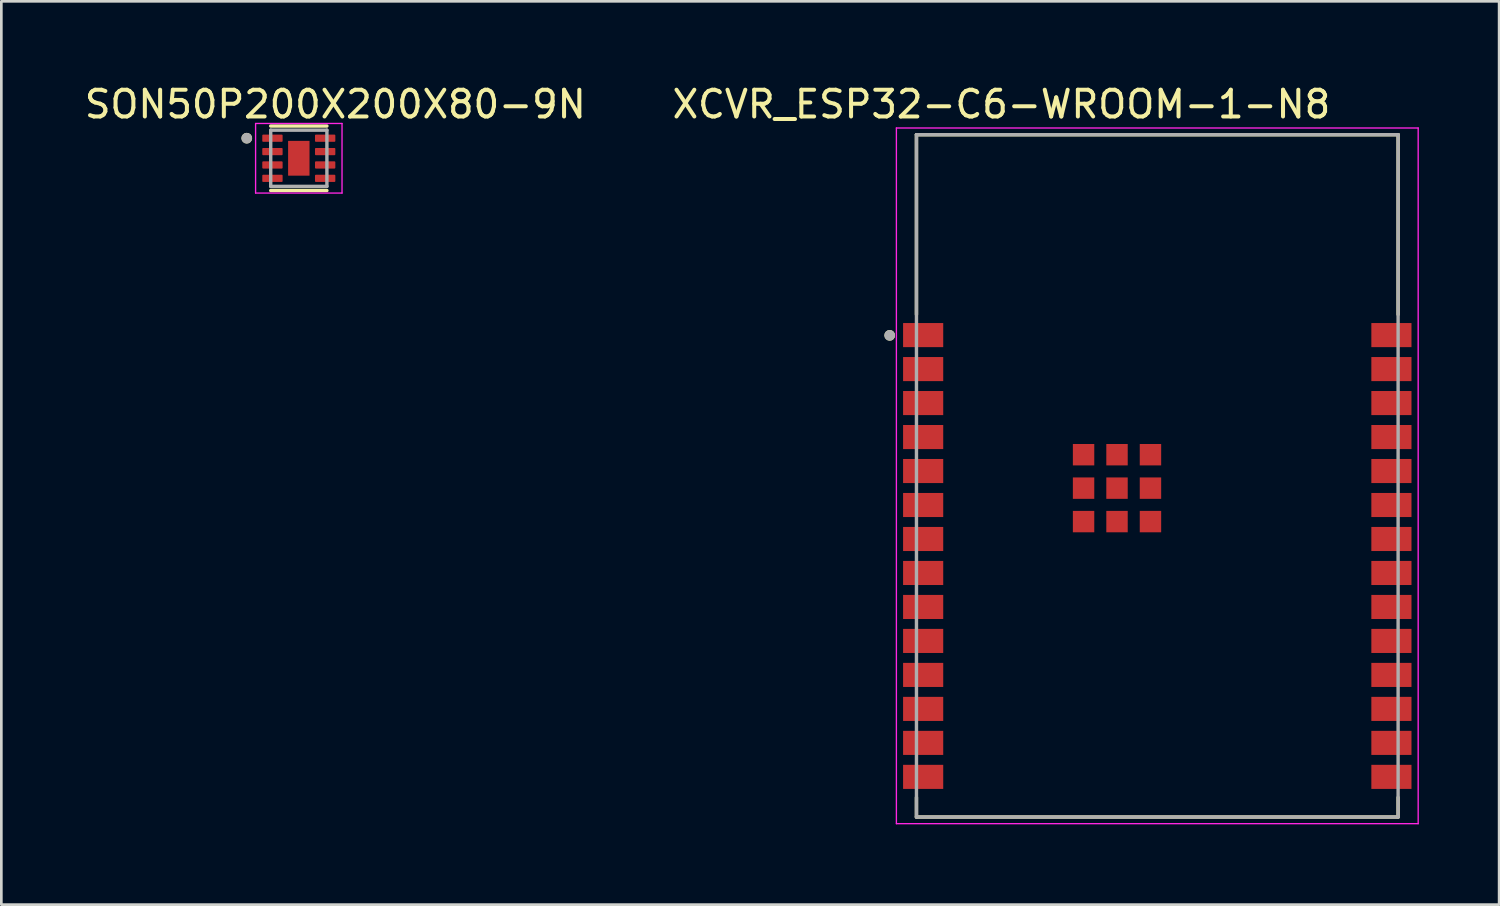
<source format=kicad_pcb>
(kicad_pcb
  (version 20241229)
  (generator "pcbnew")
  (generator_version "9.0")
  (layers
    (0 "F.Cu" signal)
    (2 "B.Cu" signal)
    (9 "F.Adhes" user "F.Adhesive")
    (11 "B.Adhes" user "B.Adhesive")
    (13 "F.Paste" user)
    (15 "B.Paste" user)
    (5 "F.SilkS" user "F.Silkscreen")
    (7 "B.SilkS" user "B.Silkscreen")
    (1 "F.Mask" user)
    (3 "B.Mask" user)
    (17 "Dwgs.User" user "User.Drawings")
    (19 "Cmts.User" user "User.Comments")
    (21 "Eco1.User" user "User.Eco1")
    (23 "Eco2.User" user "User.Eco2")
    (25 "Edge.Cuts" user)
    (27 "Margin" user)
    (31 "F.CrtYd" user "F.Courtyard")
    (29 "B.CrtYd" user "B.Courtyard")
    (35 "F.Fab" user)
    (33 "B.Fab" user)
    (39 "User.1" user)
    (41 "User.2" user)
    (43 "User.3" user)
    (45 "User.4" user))
  (footprint "XCVR_ESP32-C6-WROOM-1-N8"
    (layer "F.Cu")
    (at 40.2 14.733)
    (property "Reference" "XCVR_ESP32-C6-WROOM-1-N8" (at -5.825 -13.885 0) (layer "F.SilkS") (effects (font (size 1 1) (thickness 0.15))))
    (attr smd)
    (fp_line (start -9 -12.75) (end 9 -12.75) (stroke (width 0.127) (type solid)) (layer "F.SilkS"))
    (fp_line (start -9 -6.03) (end -9 -12.75) (stroke (width 0.127) (type solid)) (layer "F.SilkS"))
    (fp_line (start -9 12.75) (end -9 12.02) (stroke (width 0.127) (type solid)) (layer "F.SilkS"))
    (fp_line (start -9 12.75) (end 9 12.75) (stroke (width 0.127) (type solid)) (layer "F.SilkS"))
    (fp_line (start 9 -12.75) (end 9 -6.03) (stroke (width 0.127) (type solid)) (layer "F.SilkS"))
    (fp_line (start 9 12.02) (end 9 12.75) (stroke (width 0.127) (type solid)) (layer "F.SilkS"))
    (fp_circle (center -10 -5.25) (end -9.9 -5.25) (stroke (width 0.2) (type solid)) (fill no) (layer "F.SilkS"))
    (fp_line (start -9.75 -13) (end -9.75 13) (stroke (width 0.05) (type solid)) (layer "F.CrtYd"))
    (fp_line (start -9.75 13) (end 9.75 13) (stroke (width 0.05) (type solid)) (layer "F.CrtYd"))
    (fp_line (start 9.75 -13) (end -9.75 -13) (stroke (width 0.05) (type solid)) (layer "F.CrtYd"))
    (fp_line (start 9.75 13) (end 9.75 -13) (stroke (width 0.05) (type solid)) (layer "F.CrtYd"))
    (fp_line (start -9 -12.75) (end 9 -12.75) (stroke (width 0.127) (type solid)) (layer "F.Fab"))
    (fp_line (start -9 12.75) (end -9 -12.75) (stroke (width 0.127) (type solid)) (layer "F.Fab"))
    (fp_line (start -9 12.75) (end 9 12.75) (stroke (width 0.127) (type solid)) (layer "F.Fab"))
    (fp_line (start 9 -12.75) (end 9 12.75) (stroke (width 0.127) (type solid)) (layer "F.Fab"))
    (fp_circle (center -10 -5.25) (end -9.9 -5.25) (stroke (width 0.2) (type solid)) (fill no) (layer "F.Fab"))
    (pad "1" smd rect (at -8.75 -5.26) (size 1.5 0.9) (layers "F.Cu" "F.Mask" "F.Paste"))
    (pad "2" smd rect (at -8.75 -3.99) (size 1.5 0.9) (layers "F.Cu" "F.Mask" "F.Paste"))
    (pad "3" smd rect (at -8.75 -2.72) (size 1.5 0.9) (layers "F.Cu" "F.Mask" "F.Paste"))
    (pad "4" smd rect (at -8.75 -1.45) (size 1.5 0.9) (layers "F.Cu" "F.Mask" "F.Paste"))
    (pad "5" smd rect (at -8.75 -0.18) (size 1.5 0.9) (layers "F.Cu" "F.Mask" "F.Paste"))
    (pad "6" smd rect (at -8.75 1.09) (size 1.5 0.9) (layers "F.Cu" "F.Mask" "F.Paste"))
    (pad "7" smd rect (at -8.75 2.36) (size 1.5 0.9) (layers "F.Cu" "F.Mask" "F.Paste"))
    (pad "8" smd rect (at -8.75 3.63) (size 1.5 0.9) (layers "F.Cu" "F.Mask" "F.Paste"))
    (pad "9" smd rect (at -8.75 4.9) (size 1.5 0.9) (layers "F.Cu" "F.Mask" "F.Paste"))
    (pad "10" smd rect (at -8.75 6.17) (size 1.5 0.9) (layers "F.Cu" "F.Mask" "F.Paste"))
    (pad "11" smd rect (at -8.75 7.44) (size 1.5 0.9) (layers "F.Cu" "F.Mask" "F.Paste"))
    (pad "12" smd rect (at -8.75 8.71) (size 1.5 0.9) (layers "F.Cu" "F.Mask" "F.Paste"))
    (pad "13" smd rect (at -8.75 9.98) (size 1.5 0.9) (layers "F.Cu" "F.Mask" "F.Paste"))
    (pad "14" smd rect (at -8.75 11.25) (size 1.5 0.9) (layers "F.Cu" "F.Mask" "F.Paste"))
    (pad "15" smd rect (at 8.75 11.25) (size 1.5 0.9) (layers "F.Cu" "F.Mask" "F.Paste"))
    (pad "16" smd rect (at 8.75 9.98) (size 1.5 0.9) (layers "F.Cu" "F.Mask" "F.Paste"))
    (pad "17" smd rect (at 8.75 8.71) (size 1.5 0.9) (layers "F.Cu" "F.Mask" "F.Paste"))
    (pad "18" smd rect (at 8.75 7.44) (size 1.5 0.9) (layers "F.Cu" "F.Mask" "F.Paste"))
    (pad "19" smd rect (at 8.75 6.17) (size 1.5 0.9) (layers "F.Cu" "F.Mask" "F.Paste"))
    (pad "20" smd rect (at 8.75 4.9) (size 1.5 0.9) (layers "F.Cu" "F.Mask" "F.Paste"))
    (pad "21" smd rect (at 8.75 3.63) (size 1.5 0.9) (layers "F.Cu" "F.Mask" "F.Paste"))
    (pad "22" smd rect (at 8.75 2.36) (size 1.5 0.9) (layers "F.Cu" "F.Mask" "F.Paste"))
    (pad "23" smd rect (at 8.75 1.09) (size 1.5 0.9) (layers "F.Cu" "F.Mask" "F.Paste"))
    (pad "24" smd rect (at 8.75 -0.18) (size 1.5 0.9) (layers "F.Cu" "F.Mask" "F.Paste"))
    (pad "25" smd rect (at 8.75 -1.45) (size 1.5 0.9) (layers "F.Cu" "F.Mask" "F.Paste"))
    (pad "26" smd rect (at 8.75 -2.72) (size 1.5 0.9) (layers "F.Cu" "F.Mask" "F.Paste"))
    (pad "27" smd rect (at 8.75 -3.99) (size 1.5 0.9) (layers "F.Cu" "F.Mask" "F.Paste"))
    (pad "28" smd rect (at 8.75 -5.26) (size 1.5 0.9) (layers "F.Cu" "F.Mask" "F.Paste"))
    (pad "29_1" smd rect (at -2.755 -0.79) (size 0.8 0.8) (layers "F.Cu" "F.Mask" "F.Paste"))
    (pad "29_2" smd rect (at -1.505 -0.79) (size 0.8 0.8) (layers "F.Cu" "F.Mask" "F.Paste"))
    (pad "29_3" smd rect (at -0.255 -0.79) (size 0.8 0.8) (layers "F.Cu" "F.Mask" "F.Paste"))
    (pad "29_4" smd rect (at -2.755 0.46) (size 0.8 0.8) (layers "F.Cu" "F.Mask" "F.Paste"))
    (pad "29_5" smd rect (at -1.505 0.46) (size 0.8 0.8) (layers "F.Cu" "F.Mask" "F.Paste"))
    (pad "29_6" smd rect (at -0.255 0.46) (size 0.8 0.8) (layers "F.Cu" "F.Mask" "F.Paste"))
    (pad "29_7" smd rect (at -2.755 1.71) (size 0.8 0.8) (layers "F.Cu" "F.Mask" "F.Paste"))
    (pad "29_8" smd rect (at -1.505 1.71) (size 0.8 0.8) (layers "F.Cu" "F.Mask" "F.Paste"))
    (pad "29_9" smd rect (at -0.255 1.71) (size 0.8 0.8) (layers "F.Cu" "F.Mask" "F.Paste"))
    (zone (net_name "") (layer "F.Cu") (hatch full 0.508) (connect_pads) (min_thickness 0.01) (filled_areas_thickness no) (keepout (tracks not_allowed) (vias not_allowed) (pads not_allowed) (copperpour not_allowed) (footprints allowed)) (placement (enabled no)) (fill) (polygon (pts (xy 31.2 1.983) (xy 49.2 1.983) (xy 49.2 7.983) (xy 31.2 7.983))))
    (zone (net_name "") (layers "F.Cu" "B.Cu") (hatch full 0.508) (connect_pads) (min_thickness 0.01) (filled_areas_thickness no) (keepout (tracks allowed) (vias not_allowed) (pads allowed) (copperpour allowed) (footprints allowed)) (placement (enabled no)) (fill) (polygon (pts (xy 31.2 1.983) (xy 49.2 1.983) (xy 49.2 7.983) (xy 31.2 7.983)))))
  (footprint "SON50P200X200X80-9N"
    (layer "F.Cu")
    (at 8.117 2.865)
    (property "Reference" "SON50P200X200X80-9N" (at 1.365 -2.017 0) (layer "F.SilkS") (effects (font (size 1 1) (thickness 0.15))))
    (attr smd)
    (fp_line (start -1.05 -1.205) (end 1.05 -1.205) (stroke (width 0.127) (type solid)) (layer "F.SilkS"))
    (fp_line (start -1.05 1.205) (end 1.05 1.205) (stroke (width 0.127) (type solid)) (layer "F.SilkS"))
    (fp_circle (center -1.945 -0.75) (end -1.845 -0.75) (stroke (width 0.2) (type solid)) (fill no) (layer "F.SilkS"))
    (fp_poly (pts (xy -0.28 -0.41) (xy 0.28 -0.41) (xy 0.28 0.41) (xy -0.28 0.41)) (stroke (width 0.01) (type solid)) (fill yes) (layer "F.Paste"))
    (fp_line (start -1.615 -1.3) (end -1.615 1.3) (stroke (width 0.05) (type solid)) (layer "F.CrtYd"))
    (fp_line (start -1.615 -1.3) (end 1.615 -1.3) (stroke (width 0.05) (type solid)) (layer "F.CrtYd"))
    (fp_line (start -1.615 1.3) (end 1.615 1.3) (stroke (width 0.05) (type solid)) (layer "F.CrtYd"))
    (fp_line (start 1.615 -1.3) (end 1.615 1.3) (stroke (width 0.05) (type solid)) (layer "F.CrtYd"))
    (fp_line (start -1.05 -1.05) (end -1.05 1.05) (stroke (width 0.127) (type solid)) (layer "F.Fab"))
    (fp_line (start -1.05 -1.05) (end 1.05 -1.05) (stroke (width 0.127) (type solid)) (layer "F.Fab"))
    (fp_line (start -1.05 1.05) (end 1.05 1.05) (stroke (width 0.127) (type solid)) (layer "F.Fab"))
    (fp_line (start 1.05 -1.05) (end 1.05 1.05) (stroke (width 0.127) (type solid)) (layer "F.Fab"))
    (fp_circle (center -1.945 -0.75) (end -1.845 -0.75) (stroke (width 0.2) (type solid)) (fill no) (layer "F.Fab"))
    (pad "1" smd roundrect (at -0.985 -0.75) (size 0.76 0.27) (layers "F.Cu" "F.Mask" "F.Paste") (roundrect_rratio 0.125))
    (pad "2" smd roundrect (at -0.985 -0.25) (size 0.76 0.27) (layers "F.Cu" "F.Mask" "F.Paste") (roundrect_rratio 0.125))
    (pad "3" smd roundrect (at -0.985 0.25) (size 0.76 0.27) (layers "F.Cu" "F.Mask" "F.Paste") (roundrect_rratio 0.125))
    (pad "4" smd roundrect (at -0.985 0.75) (size 0.76 0.27) (layers "F.Cu" "F.Mask" "F.Paste") (roundrect_rratio 0.125))
    (pad "5" smd roundrect (at 0.985 0.75) (size 0.76 0.27) (layers "F.Cu" "F.Mask" "F.Paste") (roundrect_rratio 0.125))
    (pad "6" smd roundrect (at 0.985 0.25) (size 0.76 0.27) (layers "F.Cu" "F.Mask" "F.Paste") (roundrect_rratio 0.125))
    (pad "7" smd roundrect (at 0.985 -0.25) (size 0.76 0.27) (layers "F.Cu" "F.Mask" "F.Paste") (roundrect_rratio 0.125))
    (pad "8" smd roundrect (at 0.985 -0.75) (size 0.76 0.27) (layers "F.Cu" "F.Mask" "F.Paste") (roundrect_rratio 0.125))
    (pad "9" smd rect (at 0 0) (size 0.8 1.3) (layers "F.Cu" "F.Mask")))
  (gr_rect
    (start -3 -3)
    (end 52.975 30.758)
    (stroke (width 0.1) (type default))
    (fill no)
    (layer "Edge.Cuts")))
</source>
